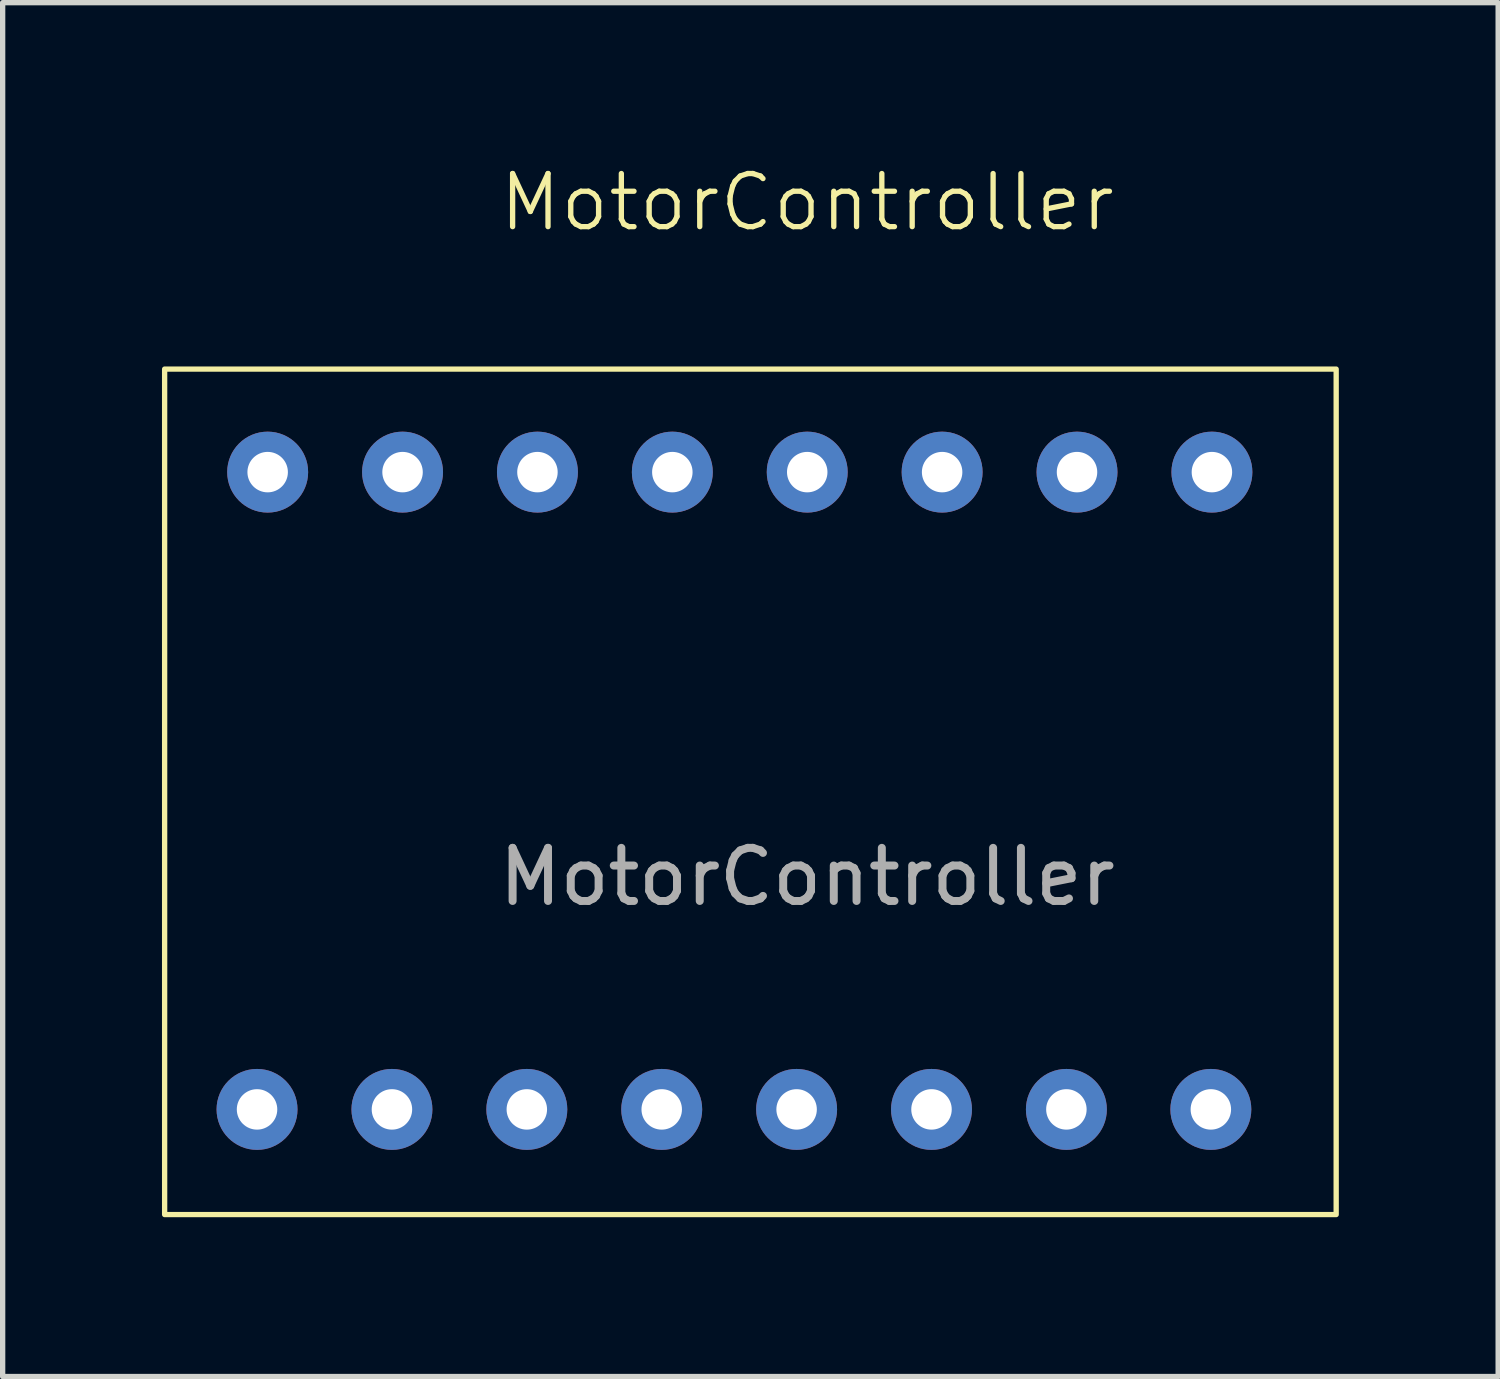
<source format=kicad_pcb>
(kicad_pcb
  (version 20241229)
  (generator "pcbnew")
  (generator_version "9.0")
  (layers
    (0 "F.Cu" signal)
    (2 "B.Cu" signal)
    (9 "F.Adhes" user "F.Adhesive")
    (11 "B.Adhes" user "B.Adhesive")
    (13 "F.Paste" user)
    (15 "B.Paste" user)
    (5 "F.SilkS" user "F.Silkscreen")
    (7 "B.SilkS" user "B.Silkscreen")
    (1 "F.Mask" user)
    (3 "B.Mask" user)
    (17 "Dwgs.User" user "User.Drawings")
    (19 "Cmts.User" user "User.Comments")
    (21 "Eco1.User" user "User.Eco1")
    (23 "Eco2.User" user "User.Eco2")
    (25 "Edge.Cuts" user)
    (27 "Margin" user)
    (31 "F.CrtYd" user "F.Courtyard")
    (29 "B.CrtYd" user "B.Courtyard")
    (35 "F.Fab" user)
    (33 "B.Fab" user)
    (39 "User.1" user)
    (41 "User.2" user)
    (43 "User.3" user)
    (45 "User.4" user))
  (footprint "MotorController"
    (layer "F.Cu")
    (at 1.99 5.84)
    (property "Reference" "MotorController" (at 10.16 -5.08 0) (unlocked yes) (layer "F.SilkS") (effects (font (size 1 1) (thickness 0.1))))
    (attr through_hole)
    (fp_rect (start -1.94 -1.94) (end 20.12 13.98) (stroke (width 0.1) (type default)) (fill no) (layer "F.SilkS"))
    (fp_text user "${REFERENCE}" (at 10.16 7.62 0) (unlocked yes) (layer "F.Fab") (effects (font (size 1 1) (thickness 0.15))))
    (pad "1" thru_hole circle (at 0 0) (size 1.524 1.524) (drill 0.762) (layers "*.Cu" "*.Mask"))
    (pad "2" thru_hole circle (at 2.54 0) (size 1.524 1.524) (drill 0.762) (layers "*.Cu" "*.Mask"))
    (pad "3" thru_hole circle (at 5.08 0) (size 1.524 1.524) (drill 0.762) (layers "*.Cu" "*.Mask"))
    (pad "4" thru_hole circle (at 7.62 0) (size 1.524 1.524) (drill 0.762) (layers "*.Cu" "*.Mask"))
    (pad "5" thru_hole circle (at 10.16 0) (size 1.524 1.524) (drill 0.762) (layers "*.Cu" "*.Mask"))
    (pad "6" thru_hole circle (at 12.7 0) (size 1.524 1.524) (drill 0.762) (layers "*.Cu" "*.Mask"))
    (pad "7" thru_hole circle (at 15.24 0) (size 1.524 1.524) (drill 0.762) (layers "*.Cu" "*.Mask"))
    (pad "8" thru_hole circle (at 17.78 0) (size 1.524 1.524) (drill 0.762) (layers "*.Cu" "*.Mask"))
    (pad "9" thru_hole circle (at 17.76 12) (size 1.524 1.524) (drill 0.762) (layers "*.Cu" "*.Mask"))
    (pad "10" thru_hole circle (at 15.04 12) (size 1.524 1.524) (drill 0.762) (layers "*.Cu" "*.Mask"))
    (pad "11" thru_hole circle (at 12.5 12) (size 1.524 1.524) (drill 0.762) (layers "*.Cu" "*.Mask"))
    (pad "12" thru_hole circle (at 9.96 12) (size 1.524 1.524) (drill 0.762) (layers "*.Cu" "*.Mask"))
    (pad "13" thru_hole circle (at 7.42 12) (size 1.524 1.524) (drill 0.762) (layers "*.Cu" "*.Mask"))
    (pad "14" thru_hole circle (at 4.88 12) (size 1.524 1.524) (drill 0.762) (layers "*.Cu" "*.Mask"))
    (pad "15" thru_hole circle (at 2.34 12) (size 1.524 1.524) (drill 0.762) (layers "*.Cu" "*.Mask"))
    (pad "16" thru_hole circle (at -0.2 12) (size 1.524 1.524) (drill 0.762) (layers "*.Cu" "*.Mask")))
  (gr_rect
    (start -3 -3)
    (end 25.16 22.87)
    (stroke (width 0.1) (type default))
    (fill no)
    (layer "Edge.Cuts")))
</source>
